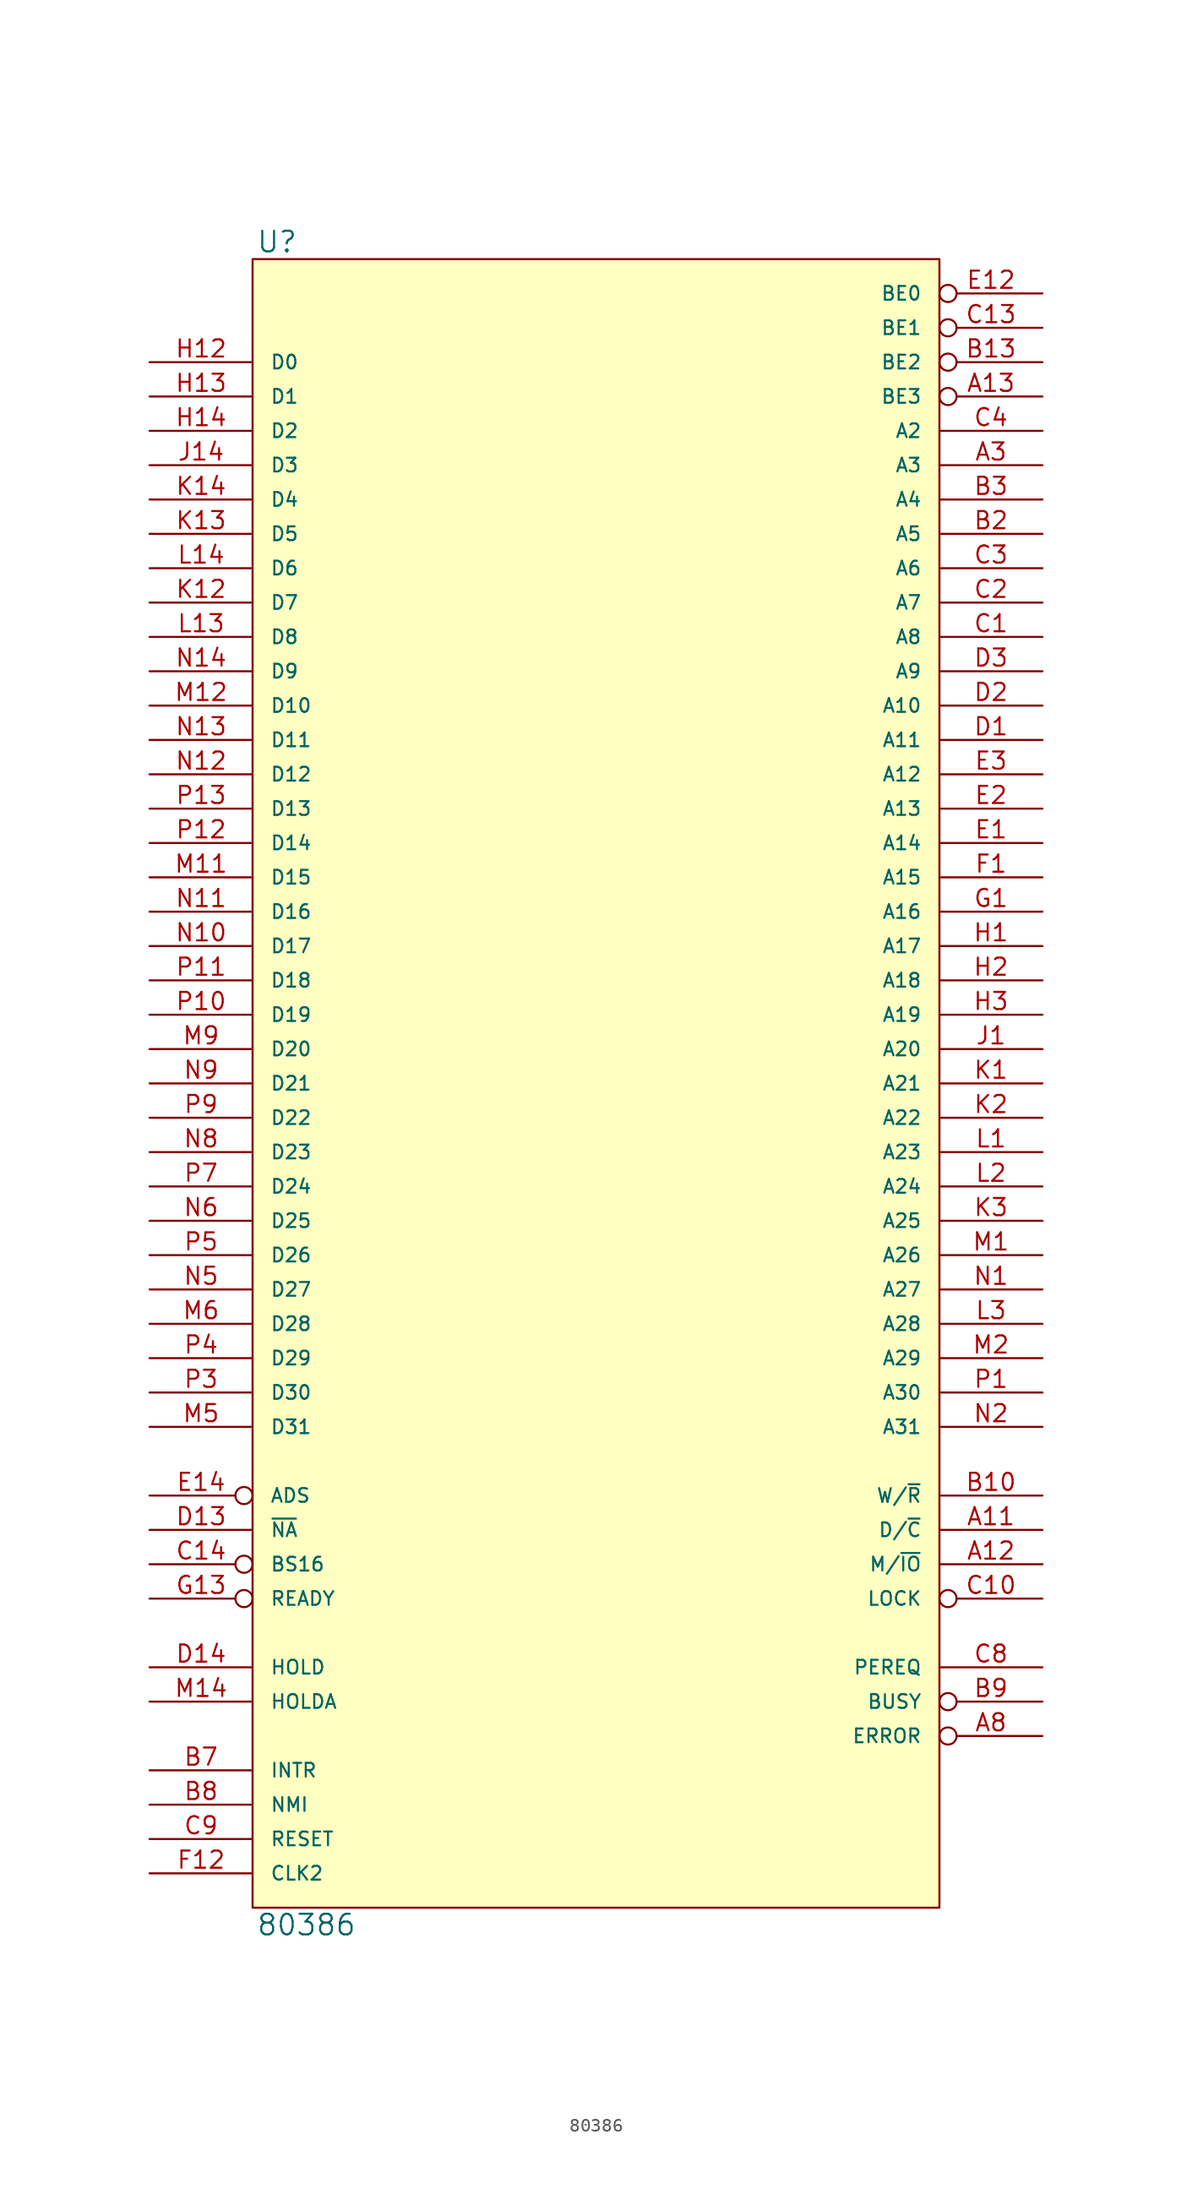
<source format=kicad_sym>
(kicad_symbol_lib
  (version 20231120)
  (generator "kicad_symbol_editor")
  (generator_version "8.0")
  (symbol "80386"
    (pin_names
      (offset 1.27))
    (property "Reference" "U"
      (at 0.254 0.381 0)
      (effects (font (size 1.524 1.524)) (justify left bottom)))
    (property "Value" "80386"
      (at 0.254 -122.301 0)
      (effects (font (size 1.524 1.524)) (justify left top)))
    (symbol "80386_0_1"
      (rectangle (start 0 0) (end 50.8 -121.92) (stroke (width 0) (type solid)) (fill (type background))))
    (symbol "80386_1_1"
      (pin power_in line (at 0 0 270) (length 0) hide (name "VCC" (effects (font (size 1.016 1.016)))) (number "A1" (effects (font (size 1.27 1.27)))))
      (pin power_in line (at 7.62 0 270) (length 0) hide (name "VCC" (effects (font (size 1.016 1.016)))) (number "A10" (effects (font (size 1.27 1.27)))))
      (pin tri_state line (at 58.42 -93.98 180) (length 7.62) (name "D/~{C}" (effects (font (size 1.016 1.016)))) (number "A11" (effects (font (size 1.27 1.27)))))
      (pin tri_state line (at 58.42 -96.52 180) (length 7.62) (name "M/~{IO}" (effects (font (size 1.016 1.016)))) (number "A12" (effects (font (size 1.27 1.27)))))
      (pin tri_state inverted (at 58.42 -10.16 180) (length 7.62) (name "BE3" (effects (font (size 1.016 1.016)))) (number "A13" (effects (font (size 1.27 1.27)))))
      (pin power_in line (at 10.16 0 270) (length 0) hide (name "VCC" (effects (font (size 1.016 1.016)))) (number "A14" (effects (font (size 1.27 1.27)))))
      (pin power_in line (at 0 -121.92 90) (length 0) hide (name "GND" (effects (font (size 1.016 1.016)))) (number "A2" (effects (font (size 1.27 1.27)))))
      (pin tri_state line (at 58.42 -15.24 180) (length 7.62) (name "A3" (effects (font (size 1.016 1.016)))) (number "A3" (effects (font (size 1.27 1.27)))))
      (pin power_in line (at 2.54 0 270) (length 0) hide (name "VCC" (effects (font (size 1.016 1.016)))) (number "A5" (effects (font (size 1.27 1.27)))))
      (pin power_in line (at 2.54 -121.92 90) (length 0) hide (name "GND" (effects (font (size 1.016 1.016)))) (number "A6" (effects (font (size 1.27 1.27)))))
      (pin power_in line (at 5.08 0 270) (length 0) hide (name "VCC" (effects (font (size 1.016 1.016)))) (number "A7" (effects (font (size 1.27 1.27)))))
      (pin input inverted (at 58.42 -109.22 180) (length 7.62) (name "ERROR" (effects (font (size 1.016 1.016)))) (number "A8" (effects (font (size 1.27 1.27)))))
      (pin power_in line (at 5.08 -121.92 90) (length 0) hide (name "GND" (effects (font (size 1.016 1.016)))) (number "A9" (effects (font (size 1.27 1.27)))))
      (pin power_in line (at 7.62 -121.92 90) (length 0) hide (name "GND" (effects (font (size 1.016 1.016)))) (number "B1" (effects (font (size 1.27 1.27)))))
      (pin tri_state line (at 58.42 -91.44 180) (length 7.62) (name "W/~{R}" (effects (font (size 1.016 1.016)))) (number "B10" (effects (font (size 1.27 1.27)))))
      (pin power_in line (at 12.7 -121.92 90) (length 0) hide (name "GND" (effects (font (size 1.016 1.016)))) (number "B11" (effects (font (size 1.27 1.27)))))
      (pin tri_state inverted (at 58.42 -7.62 180) (length 7.62) (name "BE2" (effects (font (size 1.016 1.016)))) (number "B13" (effects (font (size 1.27 1.27)))))
      (pin power_in line (at 15.24 -121.92 90) (length 0) hide (name "GND" (effects (font (size 1.016 1.016)))) (number "B14" (effects (font (size 1.27 1.27)))))
      (pin tri_state line (at 58.42 -20.32 180) (length 7.62) (name "A5" (effects (font (size 1.016 1.016)))) (number "B2" (effects (font (size 1.27 1.27)))))
      (pin tri_state line (at 58.42 -17.78 180) (length 7.62) (name "A4" (effects (font (size 1.016 1.016)))) (number "B3" (effects (font (size 1.27 1.27)))))
      (pin power_in line (at 10.16 -121.92 90) (length 0) hide (name "GND" (effects (font (size 1.016 1.016)))) (number "B5" (effects (font (size 1.27 1.27)))))
      (pin input line (at -7.62 -111.76 0) (length 7.62) (name "INTR" (effects (font (size 1.016 1.016)))) (number "B7" (effects (font (size 1.27 1.27)))))
      (pin input line (at -7.62 -114.3 0) (length 7.62) (name "NMI" (effects (font (size 1.016 1.016)))) (number "B8" (effects (font (size 1.27 1.27)))))
      (pin input inverted (at 58.42 -106.68 180) (length 7.62) (name "BUSY" (effects (font (size 1.016 1.016)))) (number "B9" (effects (font (size 1.27 1.27)))))
      (pin tri_state line (at 58.42 -27.94 180) (length 7.62) (name "A8" (effects (font (size 1.016 1.016)))) (number "C1" (effects (font (size 1.27 1.27)))))
      (pin tri_state inverted (at 58.42 -99.06 180) (length 7.62) (name "LOCK" (effects (font (size 1.016 1.016)))) (number "C10" (effects (font (size 1.27 1.27)))))
      (pin power_in line (at 17.78 -121.92 90) (length 0) hide (name "GND" (effects (font (size 1.016 1.016)))) (number "C11" (effects (font (size 1.27 1.27)))))
      (pin power_in line (at 15.24 0 270) (length 0) hide (name "VCC" (effects (font (size 1.016 1.016)))) (number "C12" (effects (font (size 1.27 1.27)))))
      (pin tri_state inverted (at 58.42 -5.08 180) (length 7.62) (name "BE1" (effects (font (size 1.016 1.016)))) (number "C13" (effects (font (size 1.27 1.27)))))
      (pin input inverted (at -7.62 -96.52 0) (length 7.62) (name "BS16" (effects (font (size 1.016 1.016)))) (number "C14" (effects (font (size 1.27 1.27)))))
      (pin tri_state line (at 58.42 -25.4 180) (length 7.62) (name "A7" (effects (font (size 1.016 1.016)))) (number "C2" (effects (font (size 1.27 1.27)))))
      (pin tri_state line (at 58.42 -22.86 180) (length 7.62) (name "A6" (effects (font (size 1.016 1.016)))) (number "C3" (effects (font (size 1.27 1.27)))))
      (pin tri_state line (at 58.42 -12.7 180) (length 7.62) (name "A2" (effects (font (size 1.016 1.016)))) (number "C4" (effects (font (size 1.27 1.27)))))
      (pin power_in line (at 12.7 0 270) (length 0) hide (name "VCC" (effects (font (size 1.016 1.016)))) (number "C5" (effects (font (size 1.27 1.27)))))
      (pin input line (at 58.42 -104.14 180) (length 7.62) (name "PEREQ" (effects (font (size 1.016 1.016)))) (number "C8" (effects (font (size 1.27 1.27)))))
      (pin input line (at -7.62 -116.84 0) (length 7.62) (name "RESET" (effects (font (size 1.016 1.016)))) (number "C9" (effects (font (size 1.27 1.27)))))
      (pin tri_state line (at 58.42 -35.56 180) (length 7.62) (name "A11" (effects (font (size 1.016 1.016)))) (number "D1" (effects (font (size 1.27 1.27)))))
      (pin power_in line (at 17.78 0 270) (length 0) hide (name "VCC" (effects (font (size 1.016 1.016)))) (number "D12" (effects (font (size 1.27 1.27)))))
      (pin input line (at -7.62 -93.98 0) (length 7.62) (name "~{NA}" (effects (font (size 1.016 1.016)))) (number "D13" (effects (font (size 1.27 1.27)))))
      (pin input line (at -7.62 -104.14 0) (length 7.62) (name "HOLD" (effects (font (size 1.016 1.016)))) (number "D14" (effects (font (size 1.27 1.27)))))
      (pin tri_state line (at 58.42 -33.02 180) (length 7.62) (name "A10" (effects (font (size 1.016 1.016)))) (number "D2" (effects (font (size 1.27 1.27)))))
      (pin tri_state line (at 58.42 -30.48 180) (length 7.62) (name "A9" (effects (font (size 1.016 1.016)))) (number "D3" (effects (font (size 1.27 1.27)))))
      (pin tri_state line (at 58.42 -43.18 180) (length 7.62) (name "A14" (effects (font (size 1.016 1.016)))) (number "E1" (effects (font (size 1.27 1.27)))))
      (pin tri_state inverted (at 58.42 -2.54 180) (length 7.62) (name "BE0" (effects (font (size 1.016 1.016)))) (number "E12" (effects (font (size 1.27 1.27)))))
      (pin tri_state inverted (at -7.62 -91.44 0) (length 7.62) (name "ADS" (effects (font (size 1.016 1.016)))) (number "E14" (effects (font (size 1.27 1.27)))))
      (pin tri_state line (at 58.42 -40.64 180) (length 7.62) (name "A13" (effects (font (size 1.016 1.016)))) (number "E2" (effects (font (size 1.27 1.27)))))
      (pin tri_state line (at 58.42 -38.1 180) (length 7.62) (name "A12" (effects (font (size 1.016 1.016)))) (number "E3" (effects (font (size 1.27 1.27)))))
      (pin tri_state line (at 58.42 -45.72 180) (length 7.62) (name "A15" (effects (font (size 1.016 1.016)))) (number "F1" (effects (font (size 1.27 1.27)))))
      (pin input line (at -7.62 -119.38 0) (length 7.62) (name "CLK2" (effects (font (size 1.016 1.016)))) (number "F12" (effects (font (size 1.27 1.27)))))
      (pin power_in line (at 25.4 -121.92 90) (length 0) hide (name "GND" (effects (font (size 1.016 1.016)))) (number "F14" (effects (font (size 1.27 1.27)))))
      (pin power_in line (at 20.32 -121.92 90) (length 0) hide (name "GND" (effects (font (size 1.016 1.016)))) (number "F2" (effects (font (size 1.27 1.27)))))
      (pin power_in line (at 22.86 -121.92 90) (length 0) hide (name "GND" (effects (font (size 1.016 1.016)))) (number "F3" (effects (font (size 1.27 1.27)))))
      (pin tri_state line (at 58.42 -48.26 180) (length 7.62) (name "A16" (effects (font (size 1.016 1.016)))) (number "G1" (effects (font (size 1.27 1.27)))))
      (pin power_in line (at 25.4 0 270) (length 0) hide (name "VCC" (effects (font (size 1.016 1.016)))) (number "G12" (effects (font (size 1.27 1.27)))))
      (pin input inverted (at -7.62 -99.06 0) (length 7.62) (name "READY" (effects (font (size 1.016 1.016)))) (number "G13" (effects (font (size 1.27 1.27)))))
      (pin power_in line (at 27.94 0 270) (length 0) hide (name "VCC" (effects (font (size 1.016 1.016)))) (number "G14" (effects (font (size 1.27 1.27)))))
      (pin power_in line (at 20.32 0 270) (length 0) hide (name "VCC" (effects (font (size 1.016 1.016)))) (number "G2" (effects (font (size 1.27 1.27)))))
      (pin power_in line (at 22.86 0 270) (length 0) hide (name "VCC" (effects (font (size 1.016 1.016)))) (number "G3" (effects (font (size 1.27 1.27)))))
      (pin tri_state line (at 58.42 -50.8 180) (length 7.62) (name "A17" (effects (font (size 1.016 1.016)))) (number "H1" (effects (font (size 1.27 1.27)))))
      (pin bidirectional line (at -7.62 -7.62 0) (length 7.62) (name "D0" (effects (font (size 1.016 1.016)))) (number "H12" (effects (font (size 1.27 1.27)))))
      (pin bidirectional line (at -7.62 -10.16 0) (length 7.62) (name "D1" (effects (font (size 1.016 1.016)))) (number "H13" (effects (font (size 1.27 1.27)))))
      (pin bidirectional line (at -7.62 -12.7 0) (length 7.62) (name "D2" (effects (font (size 1.016 1.016)))) (number "H14" (effects (font (size 1.27 1.27)))))
      (pin tri_state line (at 58.42 -53.34 180) (length 7.62) (name "A18" (effects (font (size 1.016 1.016)))) (number "H2" (effects (font (size 1.27 1.27)))))
      (pin tri_state line (at 58.42 -55.88 180) (length 7.62) (name "A19" (effects (font (size 1.016 1.016)))) (number "H3" (effects (font (size 1.27 1.27)))))
      (pin tri_state line (at 58.42 -58.42 180) (length 7.62) (name "A20" (effects (font (size 1.016 1.016)))) (number "J1" (effects (font (size 1.27 1.27)))))
      (pin power_in line (at 33.02 -121.92 90) (length 0) hide (name "GND" (effects (font (size 1.016 1.016)))) (number "J12" (effects (font (size 1.27 1.27)))))
      (pin power_in line (at 35.56 -121.92 90) (length 0) hide (name "GND" (effects (font (size 1.016 1.016)))) (number "J13" (effects (font (size 1.27 1.27)))))
      (pin bidirectional line (at -7.62 -15.24 0) (length 7.62) (name "D3" (effects (font (size 1.016 1.016)))) (number "J14" (effects (font (size 1.27 1.27)))))
      (pin power_in line (at 27.94 -121.92 90) (length 0) hide (name "GND" (effects (font (size 1.016 1.016)))) (number "J2" (effects (font (size 1.27 1.27)))))
      (pin power_in line (at 30.48 -121.92 90) (length 0) hide (name "GND" (effects (font (size 1.016 1.016)))) (number "J3" (effects (font (size 1.27 1.27)))))
      (pin tri_state line (at 58.42 -60.96 180) (length 7.62) (name "A21" (effects (font (size 1.016 1.016)))) (number "K1" (effects (font (size 1.27 1.27)))))
      (pin bidirectional line (at -7.62 -25.4 0) (length 7.62) (name "D7" (effects (font (size 1.016 1.016)))) (number "K12" (effects (font (size 1.27 1.27)))))
      (pin bidirectional line (at -7.62 -20.32 0) (length 7.62) (name "D5" (effects (font (size 1.016 1.016)))) (number "K13" (effects (font (size 1.27 1.27)))))
      (pin bidirectional line (at -7.62 -17.78 0) (length 7.62) (name "D4" (effects (font (size 1.016 1.016)))) (number "K14" (effects (font (size 1.27 1.27)))))
      (pin tri_state line (at 58.42 -63.5 180) (length 7.62) (name "A22" (effects (font (size 1.016 1.016)))) (number "K2" (effects (font (size 1.27 1.27)))))
      (pin tri_state line (at 58.42 -71.12 180) (length 7.62) (name "A25" (effects (font (size 1.016 1.016)))) (number "K3" (effects (font (size 1.27 1.27)))))
      (pin tri_state line (at 58.42 -66.04 180) (length 7.62) (name "A23" (effects (font (size 1.016 1.016)))) (number "L1" (effects (font (size 1.27 1.27)))))
      (pin power_in line (at 30.48 0 270) (length 0) hide (name "VCC" (effects (font (size 1.016 1.016)))) (number "L12" (effects (font (size 1.27 1.27)))))
      (pin bidirectional line (at -7.62 -27.94 0) (length 7.62) (name "D8" (effects (font (size 1.016 1.016)))) (number "L13" (effects (font (size 1.27 1.27)))))
      (pin bidirectional line (at -7.62 -22.86 0) (length 7.62) (name "D6" (effects (font (size 1.016 1.016)))) (number "L14" (effects (font (size 1.27 1.27)))))
      (pin tri_state line (at 58.42 -68.58 180) (length 7.62) (name "A24" (effects (font (size 1.016 1.016)))) (number "L2" (effects (font (size 1.27 1.27)))))
      (pin tri_state line (at 58.42 -78.74 180) (length 7.62) (name "A28" (effects (font (size 1.016 1.016)))) (number "L3" (effects (font (size 1.27 1.27)))))
      (pin tri_state line (at 58.42 -73.66 180) (length 7.62) (name "A26" (effects (font (size 1.016 1.016)))) (number "M1" (effects (font (size 1.27 1.27)))))
      (pin power_in line (at 43.18 -121.92 90) (length 0) hide (name "GND" (effects (font (size 1.016 1.016)))) (number "M10" (effects (font (size 1.27 1.27)))))
      (pin bidirectional line (at -7.62 -45.72 0) (length 7.62) (name "D15" (effects (font (size 1.016 1.016)))) (number "M11" (effects (font (size 1.27 1.27)))))
      (pin bidirectional line (at -7.62 -33.02 0) (length 7.62) (name "D10" (effects (font (size 1.016 1.016)))) (number "M12" (effects (font (size 1.27 1.27)))))
      (pin power_in line (at 38.1 0 270) (length 0) hide (name "VCC" (effects (font (size 1.016 1.016)))) (number "M13" (effects (font (size 1.27 1.27)))))
      (pin output line (at -7.62 -106.68 0) (length 7.62) (name "HOLDA" (effects (font (size 1.016 1.016)))) (number "M14" (effects (font (size 1.27 1.27)))))
      (pin tri_state line (at 58.42 -81.28 180) (length 7.62) (name "A29" (effects (font (size 1.016 1.016)))) (number "M2" (effects (font (size 1.27 1.27)))))
      (pin power_in line (at 33.02 0 270) (length 0) hide (name "VCC" (effects (font (size 1.016 1.016)))) (number "M3" (effects (font (size 1.27 1.27)))))
      (pin power_in line (at 38.1 -121.92 90) (length 0) hide (name "GND" (effects (font (size 1.016 1.016)))) (number "M4" (effects (font (size 1.27 1.27)))))
      (pin bidirectional line (at -7.62 -86.36 0) (length 7.62) (name "D31" (effects (font (size 1.016 1.016)))) (number "M5" (effects (font (size 1.27 1.27)))))
      (pin bidirectional line (at -7.62 -78.74 0) (length 7.62) (name "D28" (effects (font (size 1.016 1.016)))) (number "M6" (effects (font (size 1.27 1.27)))))
      (pin power_in line (at 35.56 0 270) (length 0) hide (name "VCC" (effects (font (size 1.016 1.016)))) (number "M7" (effects (font (size 1.27 1.27)))))
      (pin power_in line (at 40.64 -121.92 90) (length 0) hide (name "GND" (effects (font (size 1.016 1.016)))) (number "M8" (effects (font (size 1.27 1.27)))))
      (pin bidirectional line (at -7.62 -58.42 0) (length 7.62) (name "D20" (effects (font (size 1.016 1.016)))) (number "M9" (effects (font (size 1.27 1.27)))))
      (pin tri_state line (at 58.42 -76.2 180) (length 7.62) (name "A27" (effects (font (size 1.016 1.016)))) (number "N1" (effects (font (size 1.27 1.27)))))
      (pin bidirectional line (at -7.62 -50.8 0) (length 7.62) (name "D17" (effects (font (size 1.016 1.016)))) (number "N10" (effects (font (size 1.27 1.27)))))
      (pin bidirectional line (at -7.62 -48.26 0) (length 7.62) (name "D16" (effects (font (size 1.016 1.016)))) (number "N11" (effects (font (size 1.27 1.27)))))
      (pin bidirectional line (at -7.62 -38.1 0) (length 7.62) (name "D12" (effects (font (size 1.016 1.016)))) (number "N12" (effects (font (size 1.27 1.27)))))
      (pin bidirectional line (at -7.62 -35.56 0) (length 7.62) (name "D11" (effects (font (size 1.016 1.016)))) (number "N13" (effects (font (size 1.27 1.27)))))
      (pin bidirectional line (at -7.62 -30.48 0) (length 7.62) (name "D9" (effects (font (size 1.016 1.016)))) (number "N14" (effects (font (size 1.27 1.27)))))
      (pin tri_state line (at 58.42 -86.36 180) (length 7.62) (name "A31" (effects (font (size 1.016 1.016)))) (number "N2" (effects (font (size 1.27 1.27)))))
      (pin power_in line (at 45.72 -121.92 90) (length 0) hide (name "GND" (effects (font (size 1.016 1.016)))) (number "N3" (effects (font (size 1.27 1.27)))))
      (pin power_in line (at 40.64 0 270) (length 0) hide (name "VCC" (effects (font (size 1.016 1.016)))) (number "N4" (effects (font (size 1.27 1.27)))))
      (pin bidirectional line (at -7.62 -76.2 0) (length 7.62) (name "D27" (effects (font (size 1.016 1.016)))) (number "N5" (effects (font (size 1.27 1.27)))))
      (pin bidirectional line (at -7.62 -71.12 0) (length 7.62) (name "D25" (effects (font (size 1.016 1.016)))) (number "N6" (effects (font (size 1.27 1.27)))))
      (pin power_in line (at 43.18 0 270) (length 0) hide (name "VCC" (effects (font (size 1.016 1.016)))) (number "N7" (effects (font (size 1.27 1.27)))))
      (pin bidirectional line (at -7.62 -66.04 0) (length 7.62) (name "D23" (effects (font (size 1.016 1.016)))) (number "N8" (effects (font (size 1.27 1.27)))))
      (pin bidirectional line (at -7.62 -60.96 0) (length 7.62) (name "D21" (effects (font (size 1.016 1.016)))) (number "N9" (effects (font (size 1.27 1.27)))))
      (pin tri_state line (at 58.42 -83.82 180) (length 7.62) (name "A30" (effects (font (size 1.016 1.016)))) (number "P1" (effects (font (size 1.27 1.27)))))
      (pin bidirectional line (at -7.62 -55.88 0) (length 7.62) (name "D19" (effects (font (size 1.016 1.016)))) (number "P10" (effects (font (size 1.27 1.27)))))
      (pin bidirectional line (at -7.62 -53.34 0) (length 7.62) (name "D18" (effects (font (size 1.016 1.016)))) (number "P11" (effects (font (size 1.27 1.27)))))
      (pin bidirectional line (at -7.62 -43.18 0) (length 7.62) (name "D14" (effects (font (size 1.016 1.016)))) (number "P12" (effects (font (size 1.27 1.27)))))
      (pin bidirectional line (at -7.62 -40.64 0) (length 7.62) (name "D13" (effects (font (size 1.016 1.016)))) (number "P13" (effects (font (size 1.27 1.27)))))
      (pin power_in line (at 50.8 -121.92 90) (length 0) hide (name "GND" (effects (font (size 1.016 1.016)))) (number "P14" (effects (font (size 1.27 1.27)))))
      (pin power_in line (at 45.72 0 270) (length 0) hide (name "VCC" (effects (font (size 1.016 1.016)))) (number "P2" (effects (font (size 1.27 1.27)))))
      (pin bidirectional line (at -7.62 -83.82 0) (length 7.62) (name "D30" (effects (font (size 1.016 1.016)))) (number "P3" (effects (font (size 1.27 1.27)))))
      (pin bidirectional line (at -7.62 -81.28 0) (length 7.62) (name "D29" (effects (font (size 1.016 1.016)))) (number "P4" (effects (font (size 1.27 1.27)))))
      (pin bidirectional line (at -7.62 -73.66 0) (length 7.62) (name "D26" (effects (font (size 1.016 1.016)))) (number "P5" (effects (font (size 1.27 1.27)))))
      (pin power_in line (at 48.26 -121.92 90) (length 0) hide (name "GND" (effects (font (size 1.016 1.016)))) (number "P6" (effects (font (size 1.27 1.27)))))
      (pin bidirectional line (at -7.62 -68.58 0) (length 7.62) (name "D24" (effects (font (size 1.016 1.016)))) (number "P7" (effects (font (size 1.27 1.27)))))
      (pin power_in line (at 48.26 0 270) (length 0) hide (name "VCC" (effects (font (size 1.016 1.016)))) (number "P8" (effects (font (size 1.27 1.27)))))
      (pin bidirectional line (at -7.62 -63.5 0) (length 7.62) (name "D22" (effects (font (size 1.016 1.016)))) (number "P9" (effects (font (size 1.27 1.27))))))))
</source>
